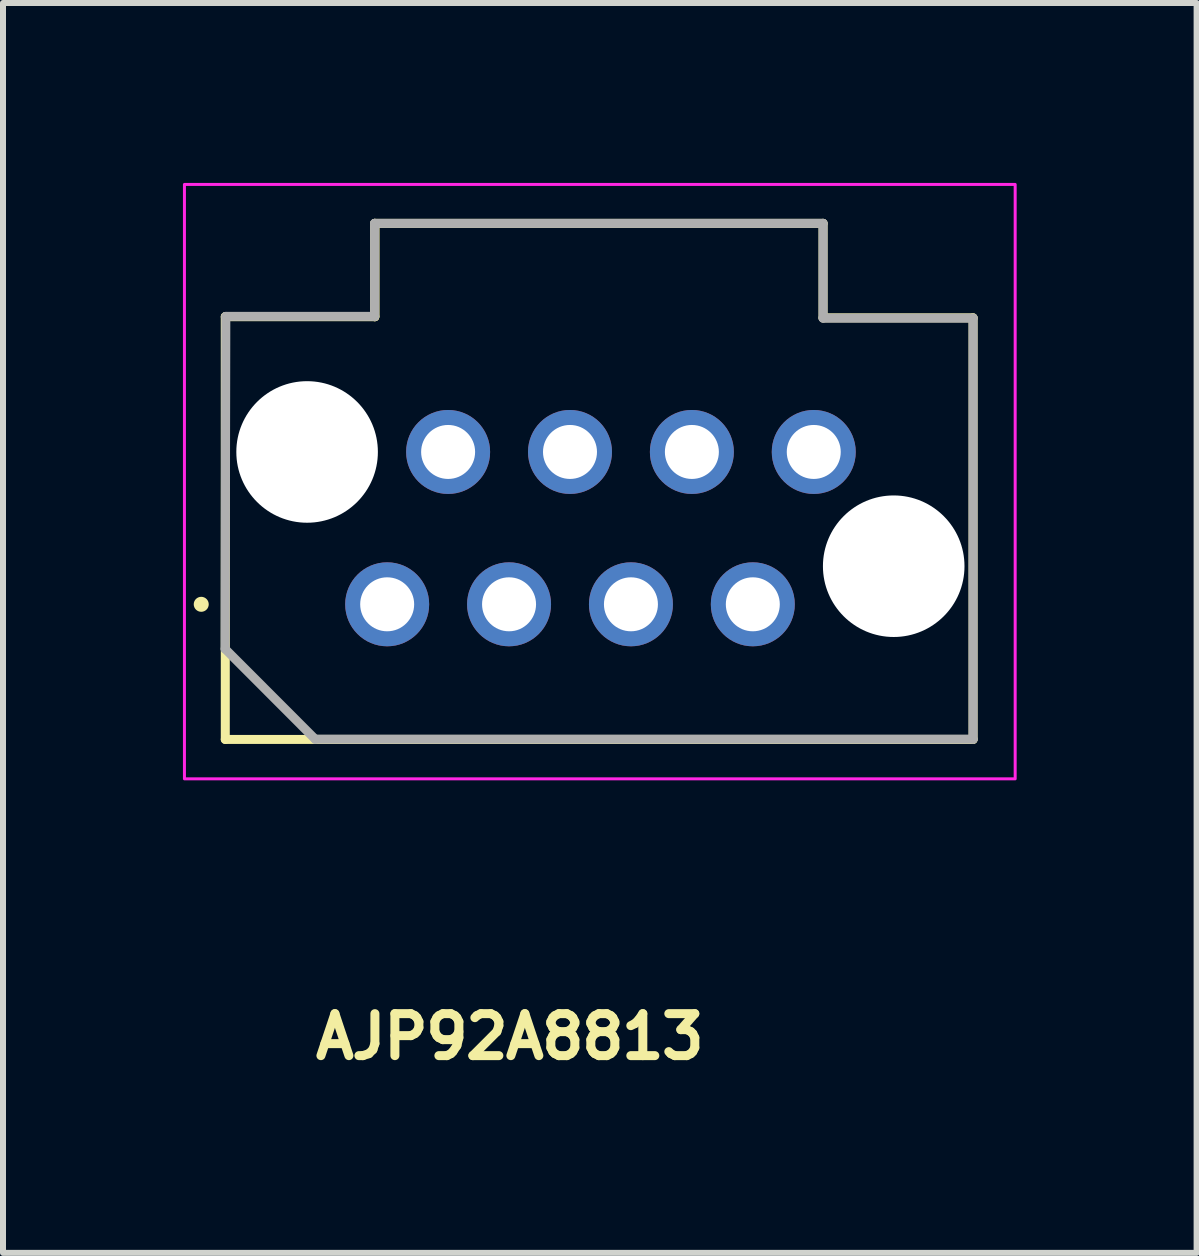
<source format=kicad_pcb>
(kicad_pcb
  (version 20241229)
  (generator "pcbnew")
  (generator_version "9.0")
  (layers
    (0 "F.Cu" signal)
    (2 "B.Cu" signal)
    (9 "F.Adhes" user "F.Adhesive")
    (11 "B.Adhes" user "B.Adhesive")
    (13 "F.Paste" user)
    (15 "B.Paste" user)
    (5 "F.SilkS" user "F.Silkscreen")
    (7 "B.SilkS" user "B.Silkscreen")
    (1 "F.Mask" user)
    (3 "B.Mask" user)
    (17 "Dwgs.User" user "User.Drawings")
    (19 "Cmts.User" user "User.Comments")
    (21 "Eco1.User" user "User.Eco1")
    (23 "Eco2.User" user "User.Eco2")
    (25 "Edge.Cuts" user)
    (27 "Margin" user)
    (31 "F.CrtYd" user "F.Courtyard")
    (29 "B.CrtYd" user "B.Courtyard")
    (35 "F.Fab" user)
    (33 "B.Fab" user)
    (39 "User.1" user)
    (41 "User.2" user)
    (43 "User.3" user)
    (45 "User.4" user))
  (footprint "AJP92A8813"
    (layer "F.Cu")
    (at 3.405 7.025)
    (property "Reference" "AJP92A8813" (at -1.27 7.618 0) (unlocked yes) (layer "F.SilkS") (effects (font (size 0.7 0.7) (thickness 0.15)) (justify left bottom)))
    (attr through_hole)
    (fp_line (start -2.699 -4.795) (end -2.699 2.253) (stroke (width 0.15) (type solid)) (layer "F.SilkS"))
    (fp_line (start -2.699 2.253) (end 9.768 2.253) (stroke (width 0.15) (type solid)) (layer "F.SilkS"))
    (fp_line (start -0.206 -6.351) (end -0.206 -4.795) (stroke (width 0.15) (type solid)) (layer "F.SilkS"))
    (fp_line (start -0.206 -6.351) (end 7.267 -6.351) (stroke (width 0.15) (type solid)) (layer "F.SilkS"))
    (fp_line (start -0.206 -4.795) (end -2.699 -4.795) (stroke (width 0.15) (type solid)) (layer "F.SilkS"))
    (fp_line (start -0.206 -4.795) (end -0.206 -6.351) (stroke (width 0.15) (type solid)) (layer "F.SilkS"))
    (fp_line (start 7.267 -6.351) (end 7.267 -4.776) (stroke (width 0.15) (type solid)) (layer "F.SilkS"))
    (fp_line (start 9.768 -4.776) (end 7.267 -4.776) (stroke (width 0.15) (type solid)) (layer "F.SilkS"))
    (fp_line (start 9.768 2.253) (end 9.768 -4.776) (stroke (width 0.15) (type solid)) (layer "F.SilkS"))
    (fp_circle (center -3.1 0) (end -3.05 0) (stroke (width 0.15) (type solid)) (fill yes) (layer "F.SilkS"))
    (fp_rect (start -3.38 -7) (end 10.47 2.91) (stroke (width 0.05) (type solid)) (fill no) (layer "F.CrtYd"))
    (fp_line (start -2.702 0.744) (end -2.69 -4.8) (stroke (width 0.15) (type solid)) (layer "F.Fab"))
    (fp_line (start -2.69 -4.8) (end -0.21 -4.8) (stroke (width 0.15) (type solid)) (layer "F.Fab"))
    (fp_line (start -1.2 2.249) (end -2.702 0.744) (stroke (width 0.15) (type solid)) (layer "F.Fab"))
    (fp_line (start -0.21 -6.351) (end 7.267 -6.351) (stroke (width 0.15) (type solid)) (layer "F.Fab"))
    (fp_line (start -0.21 -4.8) (end -0.21 -6.351) (stroke (width 0.15) (type solid)) (layer "F.Fab"))
    (fp_line (start 7.267 -6.351) (end 7.267 -4.771) (stroke (width 0.15) (type solid)) (layer "F.Fab"))
    (fp_line (start 7.267 -4.771) (end 9.768 -4.771) (stroke (width 0.15) (type solid)) (layer "F.Fab"))
    (fp_line (start 9.768 -4.771) (end 9.768 2.249) (stroke (width 0.15) (type solid)) (layer "F.Fab"))
    (fp_line (start 9.768 2.249) (end -1.2 2.249) (stroke (width 0.15) (type solid)) (layer "F.Fab"))
    (fp_rect (start -2.871 -6.481) (end 9.97 2.41) (stroke (width 0.1) (type solid)) (fill no) (layer "User.5"))
    (fp_rect (start -2.871 -6.481) (end 9.97 2.41) (stroke (width 0.1) (type solid)) (fill no) (layer "User.5"))
    (fp_line (start -2.871 -6.481) (end 9.97 -6.481) (stroke (width 0.02) (type solid)) (layer "User.9"))
    (fp_line (start -2.851 2.41) (end -2.851 -6.452) (stroke (width 0.02) (type solid)) (layer "User.9"))
    (fp_line (start 9.97 -6.481) (end 9.97 2.41) (stroke (width 0.02) (type solid)) (layer "User.9"))
    (fp_line (start 9.97 2.41) (end -2.84 2.41) (stroke (width 0.02) (type solid)) (layer "User.9"))
    (pad "" np_thru_hole circle (at -1.335 -2.54) (size 2.36 2.36) (drill 2.36) (layers "*.Cu" "*.Mask"))
    (pad "" np_thru_hole circle (at 8.445 -0.635) (size 2.36 2.36) (drill 2.36) (layers "*.Cu" "*.Mask"))
    (pad "1" thru_hole circle (at 0 0 90) (size 1.4 1.4) (drill 0.9) (layers "*.Cu" "*.Mask"))
    (pad "2" thru_hole circle (at 1.016 -2.54) (size 1.4 1.4) (drill 0.9) (layers "*.Cu" "*.Mask"))
    (pad "3" thru_hole circle (at 2.032 0 90) (size 1.4 1.4) (drill 0.9) (layers "*.Cu" "*.Mask"))
    (pad "4" thru_hole circle (at 3.048 -2.54) (size 1.4 1.4) (drill 0.9) (layers "*.Cu" "*.Mask"))
    (pad "5" thru_hole circle (at 4.064 0) (size 1.4 1.4) (drill 0.9) (layers "*.Cu" "*.Mask"))
    (pad "6" thru_hole circle (at 5.08 -2.54) (size 1.4 1.4) (drill 0.9) (layers "*.Cu" "*.Mask"))
    (pad "7" thru_hole circle (at 6.096 0) (size 1.4 1.4) (drill 0.9) (layers "*.Cu" "*.Mask"))
    (pad "8" thru_hole circle (at 7.112 -2.54) (size 1.4 1.4) (drill 0.9) (layers "*.Cu" "*.Mask")))
  (gr_rect
    (start -3 -3)
    (end 16.9 17.838)
    (stroke (width 0.1) (type default))
    (fill no)
    (layer "Edge.Cuts")))
</source>
